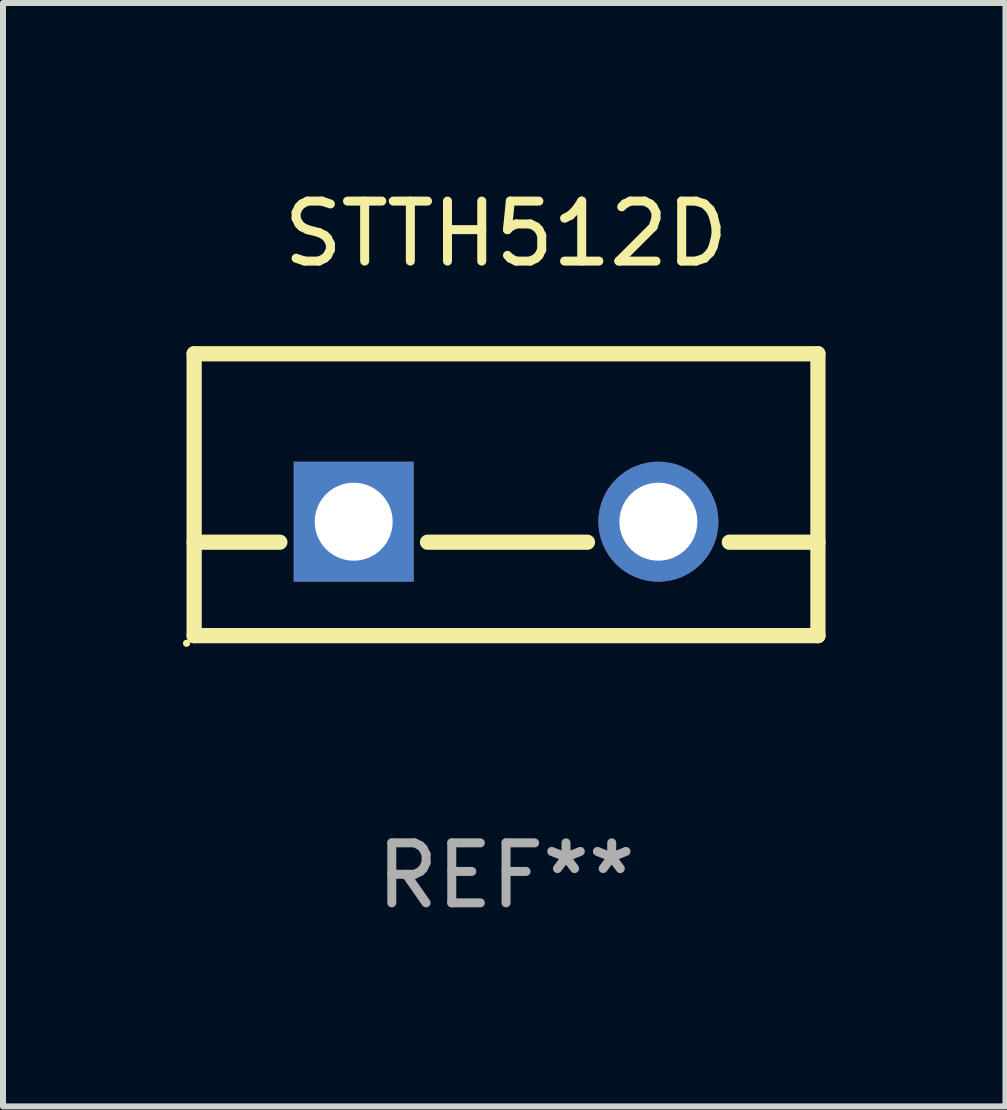
<source format=kicad_pcb>
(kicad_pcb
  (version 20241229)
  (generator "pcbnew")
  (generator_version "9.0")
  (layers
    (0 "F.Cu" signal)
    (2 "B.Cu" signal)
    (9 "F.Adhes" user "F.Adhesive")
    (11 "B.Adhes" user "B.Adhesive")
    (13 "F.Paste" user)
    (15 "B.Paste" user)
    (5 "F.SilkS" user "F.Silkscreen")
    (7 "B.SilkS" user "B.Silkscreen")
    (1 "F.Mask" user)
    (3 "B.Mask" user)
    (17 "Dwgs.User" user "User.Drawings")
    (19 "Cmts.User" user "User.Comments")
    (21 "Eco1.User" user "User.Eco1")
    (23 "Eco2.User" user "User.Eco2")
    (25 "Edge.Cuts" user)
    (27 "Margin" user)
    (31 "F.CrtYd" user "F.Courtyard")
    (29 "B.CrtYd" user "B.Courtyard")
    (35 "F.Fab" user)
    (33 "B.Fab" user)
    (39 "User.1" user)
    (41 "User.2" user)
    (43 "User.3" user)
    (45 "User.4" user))
  (footprint "STTH512D"
    (layer "F.Cu")
    (at 5.387 5.198)
    (property "Reference" "STTH512D" (at 0 -4.35 0) (layer "F.SilkS") (effects (font (size 1 1) (thickness 0.15))))
    (attr through_hole)
    (fp_line (start -5.2 -2.35) (end -5.2 2.35) (stroke (width 0.254) (type solid)) (layer "F.SilkS"))
    (fp_line (start -5.2 -2.35) (end 5.2 -2.35) (stroke (width 0.254) (type solid)) (layer "F.SilkS"))
    (fp_line (start -5.2 0.792) (end -3.771 0.792) (stroke (width 0.254) (type solid)) (layer "F.SilkS"))
    (fp_line (start -5.2 2.35) (end 5.2 2.35) (stroke (width 0.254) (type solid)) (layer "F.SilkS"))
    (fp_line (start -1.309 0.792) (end 1.357 0.792) (stroke (width 0.254) (type solid)) (layer "F.SilkS"))
    (fp_line (start 3.723 0.792) (end 5.2 0.792) (stroke (width 0.254) (type solid)) (layer "F.SilkS"))
    (fp_line (start 5.2 -2.35) (end 5.2 2.35) (stroke (width 0.254) (type solid)) (layer "F.SilkS"))
    (fp_circle (center -5.327 2.477) (end -5.297 2.477) (stroke (width 0.06) (type solid)) (fill no) (layer "F.SilkS"))
    (fp_text user "REF**" (at 0 6.35 0) (layer "F.Fab") (effects (font (size 1 1) (thickness 0.15))))
    (pad "1" thru_hole rect (at -2.54 0.45) (size 2 2) (drill 1.3) (layers "*.Cu" "*.Mask"))
    (pad "2" thru_hole circle (at 2.54 0.45) (size 2 2) (drill 1.3) (layers "*.Cu" "*.Mask")))
  (gr_rect
    (start -3 -3)
    (end 13.714 15.397)
    (stroke (width 0.1) (type default))
    (fill no)
    (layer "Edge.Cuts")))
</source>
